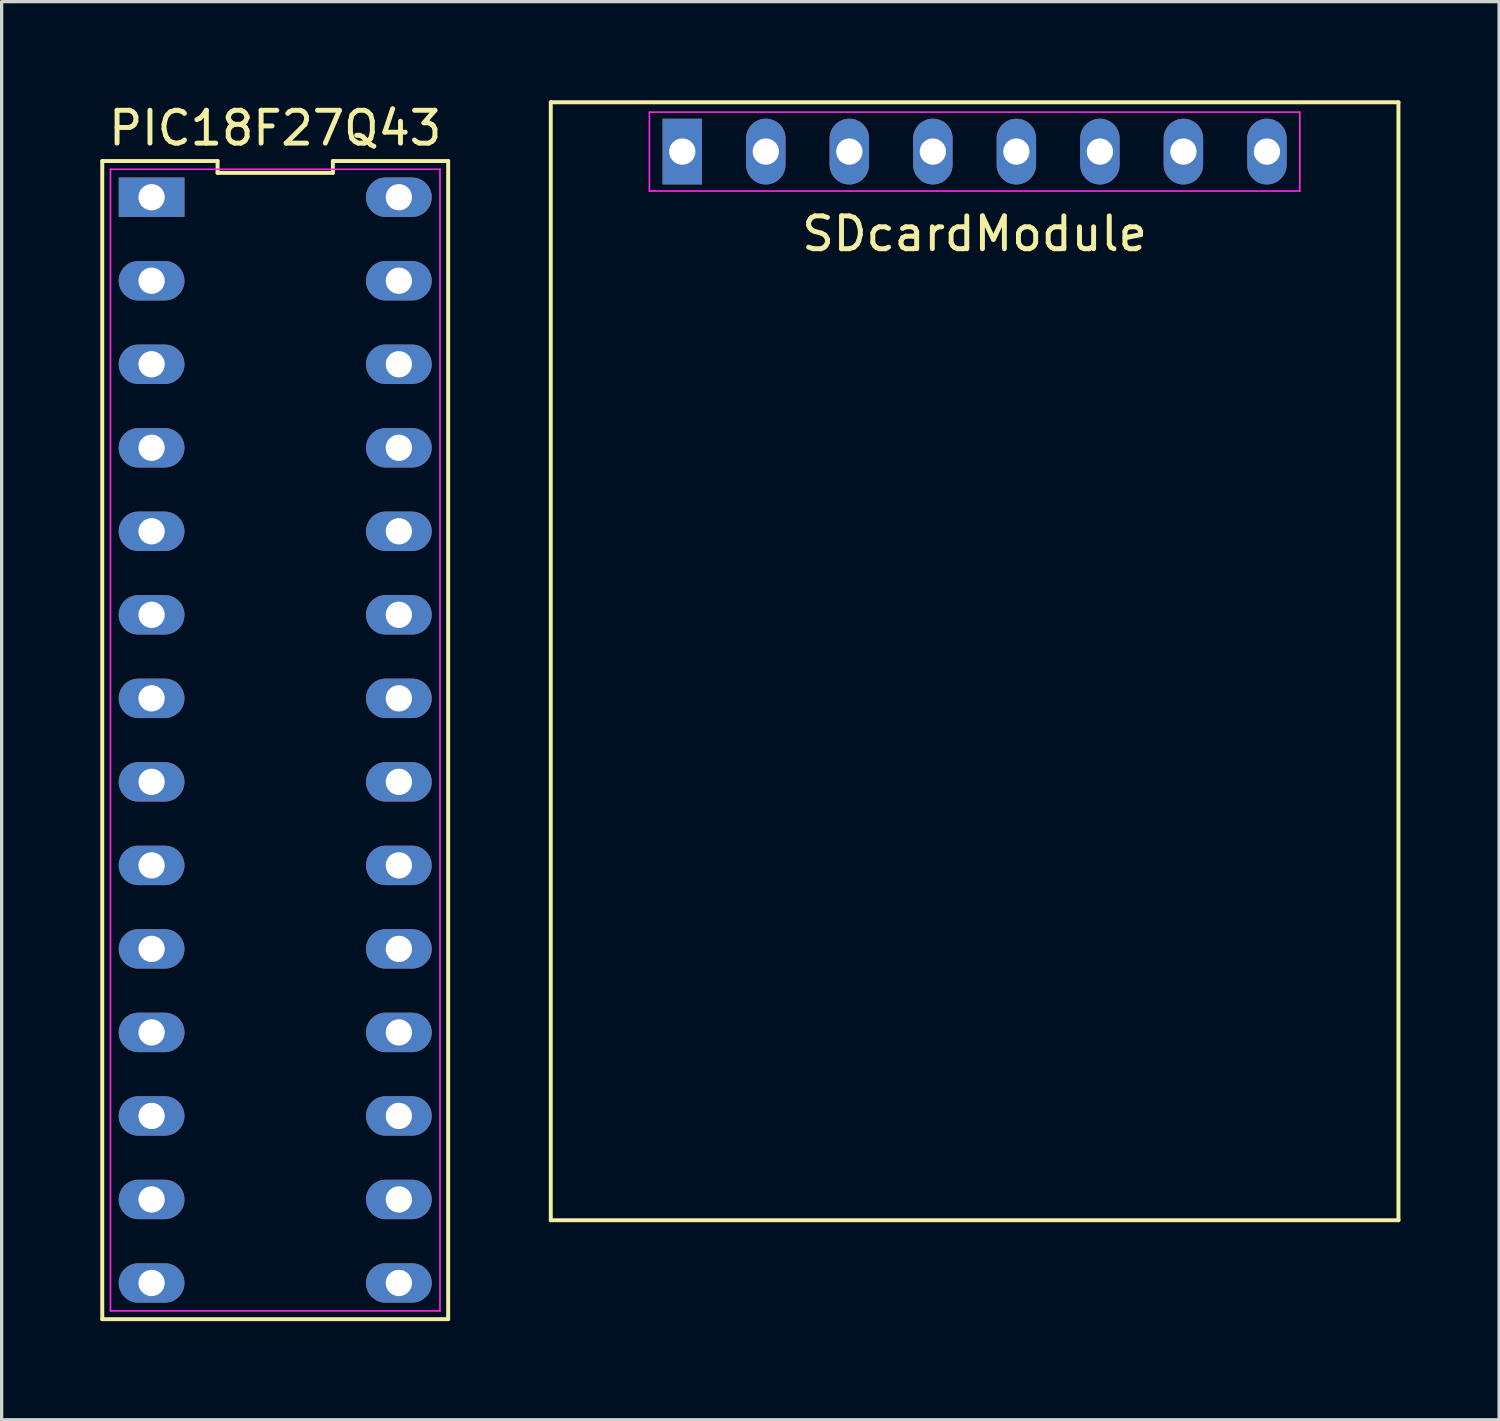
<source format=kicad_pcb>
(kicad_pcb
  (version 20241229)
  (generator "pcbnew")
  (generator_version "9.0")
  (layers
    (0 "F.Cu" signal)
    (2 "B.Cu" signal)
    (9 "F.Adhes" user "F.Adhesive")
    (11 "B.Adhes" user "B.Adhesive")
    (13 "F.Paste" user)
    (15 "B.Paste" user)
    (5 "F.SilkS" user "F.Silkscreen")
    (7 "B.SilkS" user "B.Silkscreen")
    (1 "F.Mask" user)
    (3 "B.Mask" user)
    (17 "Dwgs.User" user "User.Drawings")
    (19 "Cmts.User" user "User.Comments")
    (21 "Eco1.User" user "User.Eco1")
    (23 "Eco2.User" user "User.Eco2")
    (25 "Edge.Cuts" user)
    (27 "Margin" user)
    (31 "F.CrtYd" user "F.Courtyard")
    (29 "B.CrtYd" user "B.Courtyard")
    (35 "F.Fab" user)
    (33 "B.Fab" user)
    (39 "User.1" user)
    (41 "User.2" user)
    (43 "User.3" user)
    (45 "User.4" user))
  (footprint "PIC18F27Q43"
    (layer "F.Cu")
    (at 1.56 2.948)
    (property "Reference" "PIC18F27Q43" (at 3.76 -2.1 0) (layer "F.SilkS") (effects (font (size 1 1) (thickness 0.15))))
    (attr through_hole)
    (fp_line (start -1.5 34.12) (end 9.02 34.12) (stroke (width 0.12) (type solid)) (layer "F.SilkS"))
    (fp_line (start -1.5 -1.1) (end -1.5 34.12) (stroke (width 0.12) (type solid)) (layer "F.SilkS"))
    (fp_line (start 2.007 -1.1) (end -1.5 -1.1) (stroke (width 0.12) (type solid)) (layer "F.SilkS"))
    (fp_line (start 2.007 -0.74) (end 2.007 -1.1) (stroke (width 0.12) (type solid)) (layer "F.SilkS"))
    (fp_line (start 5.513 -1.1) (end 5.513 -0.74) (stroke (width 0.12) (type solid)) (layer "F.SilkS"))
    (fp_line (start 5.513 -0.74) (end 2.007 -0.74) (stroke (width 0.12) (type solid)) (layer "F.SilkS"))
    (fp_line (start 9.02 34.12) (end 9.02 -1.1) (stroke (width 0.12) (type solid)) (layer "F.SilkS"))
    (fp_line (start 9.02 -1.1) (end 5.513 -1.1) (stroke (width 0.12) (type solid)) (layer "F.SilkS"))
    (fp_line (start -1.25 -0.85) (end 8.77 -0.85) (stroke (width 0.05) (type solid)) (layer "F.CrtYd"))
    (fp_line (start -1.25 33.87) (end -1.25 -0.85) (stroke (width 0.05) (type solid)) (layer "F.CrtYd"))
    (fp_line (start 8.77 -0.85) (end 8.77 33.87) (stroke (width 0.05) (type solid)) (layer "F.CrtYd"))
    (fp_line (start 8.77 33.87) (end -1.25 33.87) (stroke (width 0.05) (type solid)) (layer "F.CrtYd"))
    (pad "1" thru_hole rect (at 0 0 270) (size 1.2 2) (drill 0.8) (layers "*.Cu" "*.Mask"))
    (pad "2" thru_hole oval (at 0 2.54 270) (size 1.2 2) (drill 0.8) (layers "*.Cu" "*.Mask"))
    (pad "3" thru_hole oval (at 0 5.08 270) (size 1.2 2) (drill 0.8) (layers "*.Cu" "*.Mask"))
    (pad "4" thru_hole oval (at 0 7.62 270) (size 1.2 2) (drill 0.8) (layers "*.Cu" "*.Mask"))
    (pad "5" thru_hole oval (at 0 10.16 270) (size 1.2 2) (drill 0.8) (layers "*.Cu" "*.Mask"))
    (pad "6" thru_hole oval (at 0 12.7 270) (size 1.2 2) (drill 0.8) (layers "*.Cu" "*.Mask"))
    (pad "7" thru_hole oval (at 0 15.24 270) (size 1.2 2) (drill 0.8) (layers "*.Cu" "*.Mask"))
    (pad "8" thru_hole oval (at 0 17.78 270) (size 1.2 2) (drill 0.8) (layers "*.Cu" "*.Mask"))
    (pad "9" thru_hole oval (at 0 20.32 270) (size 1.2 2) (drill 0.8) (layers "*.Cu" "*.Mask"))
    (pad "10" thru_hole oval (at 0 22.86 270) (size 1.2 2) (drill 0.8) (layers "*.Cu" "*.Mask"))
    (pad "11" thru_hole oval (at 0 25.4 270) (size 1.2 2) (drill 0.8) (layers "*.Cu" "*.Mask"))
    (pad "12" thru_hole oval (at 0 27.94 270) (size 1.2 2) (drill 0.8) (layers "*.Cu" "*.Mask"))
    (pad "13" thru_hole oval (at 0 30.48 270) (size 1.2 2) (drill 0.8) (layers "*.Cu" "*.Mask"))
    (pad "14" thru_hole oval (at 0 33.02 270) (size 1.2 2) (drill 0.8) (layers "*.Cu" "*.Mask"))
    (pad "15" thru_hole oval (at 7.52 33.02 270) (size 1.2 2) (drill 0.8) (layers "*.Cu" "*.Mask"))
    (pad "16" thru_hole oval (at 7.52 30.48 270) (size 1.2 2) (drill 0.8) (layers "*.Cu" "*.Mask"))
    (pad "17" thru_hole oval (at 7.52 27.94 270) (size 1.2 2) (drill 0.8) (layers "*.Cu" "*.Mask"))
    (pad "18" thru_hole oval (at 7.52 25.4 270) (size 1.2 2) (drill 0.8) (layers "*.Cu" "*.Mask"))
    (pad "19" thru_hole oval (at 7.52 22.86 270) (size 1.2 2) (drill 0.8) (layers "*.Cu" "*.Mask"))
    (pad "20" thru_hole oval (at 7.52 20.32 270) (size 1.2 2) (drill 0.8) (layers "*.Cu" "*.Mask"))
    (pad "21" thru_hole oval (at 7.52 17.78 270) (size 1.2 2) (drill 0.8) (layers "*.Cu" "*.Mask"))
    (pad "22" thru_hole oval (at 7.52 15.24 270) (size 1.2 2) (drill 0.8) (layers "*.Cu" "*.Mask"))
    (pad "23" thru_hole oval (at 7.52 12.7 270) (size 1.2 2) (drill 0.8) (layers "*.Cu" "*.Mask"))
    (pad "24" thru_hole oval (at 7.52 10.16 270) (size 1.2 2) (drill 0.8) (layers "*.Cu" "*.Mask"))
    (pad "25" thru_hole oval (at 7.52 7.62 270) (size 1.2 2) (drill 0.8) (layers "*.Cu" "*.Mask"))
    (pad "26" thru_hole oval (at 7.52 5.08 270) (size 1.2 2) (drill 0.8) (layers "*.Cu" "*.Mask"))
    (pad "27" thru_hole oval (at 7.52 2.54 270) (size 1.2 2) (drill 0.8) (layers "*.Cu" "*.Mask"))
    (pad "28" thru_hole oval (at 7.52 0 270) (size 1.2 2) (drill 0.8) (layers "*.Cu" "*.Mask")))
  (footprint "SDcardModule"
    (layer "F.Cu")
    (at 17.7 1.56)
    (property "Reference" "SDcardModule" (at 8.89 2.5 0) (layer "F.SilkS") (effects (font (size 1 1) (thickness 0.15))))
    (attr through_hole)
    (fp_line (start -4 -1.5) (end -4 32.5) (stroke (width 0.12) (type solid)) (layer "F.SilkS"))
    (fp_line (start -4 -1.5) (end 21.78 -1.5) (stroke (width 0.12) (type solid)) (layer "F.SilkS"))
    (fp_line (start 21.78 -1.5) (end 21.78 32.5) (stroke (width 0.12) (type solid)) (layer "F.SilkS"))
    (fp_line (start 21.78 32.5) (end -4 32.5) (stroke (width 0.12) (type solid)) (layer "F.SilkS"))
    (fp_line (start -1 -1.2) (end 18.78 -1.2) (stroke (width 0.05) (type solid)) (layer "F.CrtYd"))
    (fp_line (start -1 1.2) (end -1 -1.2) (stroke (width 0.05) (type solid)) (layer "F.CrtYd"))
    (fp_line (start 18.78 -1.2) (end 18.78 1.2) (stroke (width 0.05) (type solid)) (layer "F.CrtYd"))
    (fp_line (start 18.78 1.2) (end -1 1.2) (stroke (width 0.05) (type solid)) (layer "F.CrtYd"))
    (pad "1" thru_hole rect (at 0 0) (size 1.2 2) (drill 0.8) (layers "*.Cu" "*.Mask"))
    (pad "2" thru_hole oval (at 2.54 0) (size 1.2 2) (drill 0.8) (layers "*.Cu" "*.Mask"))
    (pad "3" thru_hole oval (at 5.08 0) (size 1.2 2) (drill 0.8) (layers "*.Cu" "*.Mask"))
    (pad "4" thru_hole oval (at 7.62 0) (size 1.2 2) (drill 0.8) (layers "*.Cu" "*.Mask"))
    (pad "5" thru_hole oval (at 10.16 0) (size 1.2 2) (drill 0.8) (layers "*.Cu" "*.Mask"))
    (pad "6" thru_hole oval (at 12.7 0) (size 1.2 2) (drill 0.8) (layers "*.Cu" "*.Mask"))
    (pad "7" thru_hole oval (at 15.24 0) (size 1.2 2) (drill 0.8) (layers "*.Cu" "*.Mask"))
    (pad "8" thru_hole oval (at 17.78 0) (size 1.2 2) (drill 0.8) (layers "*.Cu" "*.Mask")))
  (gr_rect
    (start -3 -3)
    (end 42.54 40.128)
    (stroke (width 0.1) (type default))
    (fill no)
    (layer "Edge.Cuts")))
</source>
